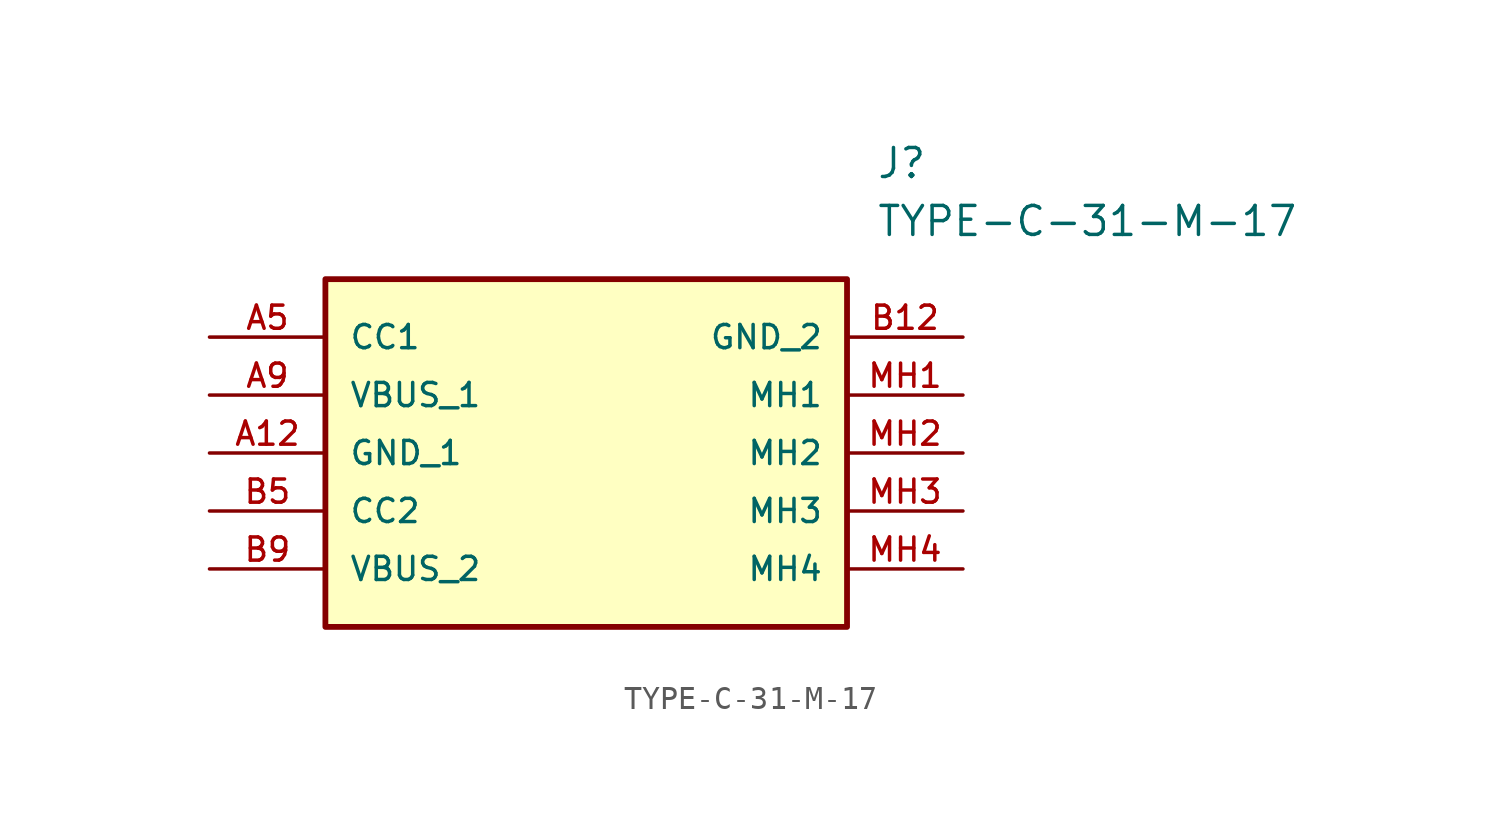
<source format=kicad_sym>
(kicad_symbol_lib
  (version 20211014)
  (generator kicad_symbol_editor)
  (symbol "TYPE-C-31-M-17"
    (pin_names
      (offset 1.016))
    (property "Reference" "J"
      (at 29.21 7.62 0)
      (effects (font (size 1.27 1.27)) (justify left)))
    (property "Value" "TYPE-C-31-M-17"
      (at 29.21 5.08 0)
      (effects (font (size 1.27 1.27)) (justify left)))
    (symbol "TYPE-C-31-M-17_0_0"
      (rectangle (start 5.08 -12.7) (end 27.94 2.54) (stroke (width 0.254)) (fill (type background)))
      (pin bidirectional line (at 0.0 0.0 0) (length 5.08) (name "CC1" (effects (font (size 1.016 1.016)))) (number "A5" (effects (font (size 1.016 1.016)))))
      (pin bidirectional line (at 0.0 -2.54 0) (length 5.08) (name "VBUS_1" (effects (font (size 1.016 1.016)))) (number "A9" (effects (font (size 1.016 1.016)))))
      (pin bidirectional line (at 0.0 -5.08 0) (length 5.08) (name "GND_1" (effects (font (size 1.016 1.016)))) (number "A12" (effects (font (size 1.016 1.016)))))
      (pin bidirectional line (at 0.0 -7.62 0) (length 5.08) (name "CC2" (effects (font (size 1.016 1.016)))) (number "B5" (effects (font (size 1.016 1.016)))))
      (pin bidirectional line (at 0.0 -10.16 0) (length 5.08) (name "VBUS_2" (effects (font (size 1.016 1.016)))) (number "B9" (effects (font (size 1.016 1.016)))))
      (pin bidirectional line (at 33.02 0.0 180.0) (length 5.08) (name "GND_2" (effects (font (size 1.016 1.016)))) (number "B12" (effects (font (size 1.016 1.016)))))
      (pin bidirectional line (at 33.02 -2.54 180.0) (length 5.08) (name "MH1" (effects (font (size 1.016 1.016)))) (number "MH1" (effects (font (size 1.016 1.016)))))
      (pin bidirectional line (at 33.02 -5.08 180.0) (length 5.08) (name "MH2" (effects (font (size 1.016 1.016)))) (number "MH2" (effects (font (size 1.016 1.016)))))
      (pin bidirectional line (at 33.02 -7.62 180.0) (length 5.08) (name "MH3" (effects (font (size 1.016 1.016)))) (number "MH3" (effects (font (size 1.016 1.016)))))
      (pin bidirectional line (at 33.02 -10.16 180.0) (length 5.08) (name "MH4" (effects (font (size 1.016 1.016)))) (number "MH4" (effects (font (size 1.016 1.016))))))))
</source>
